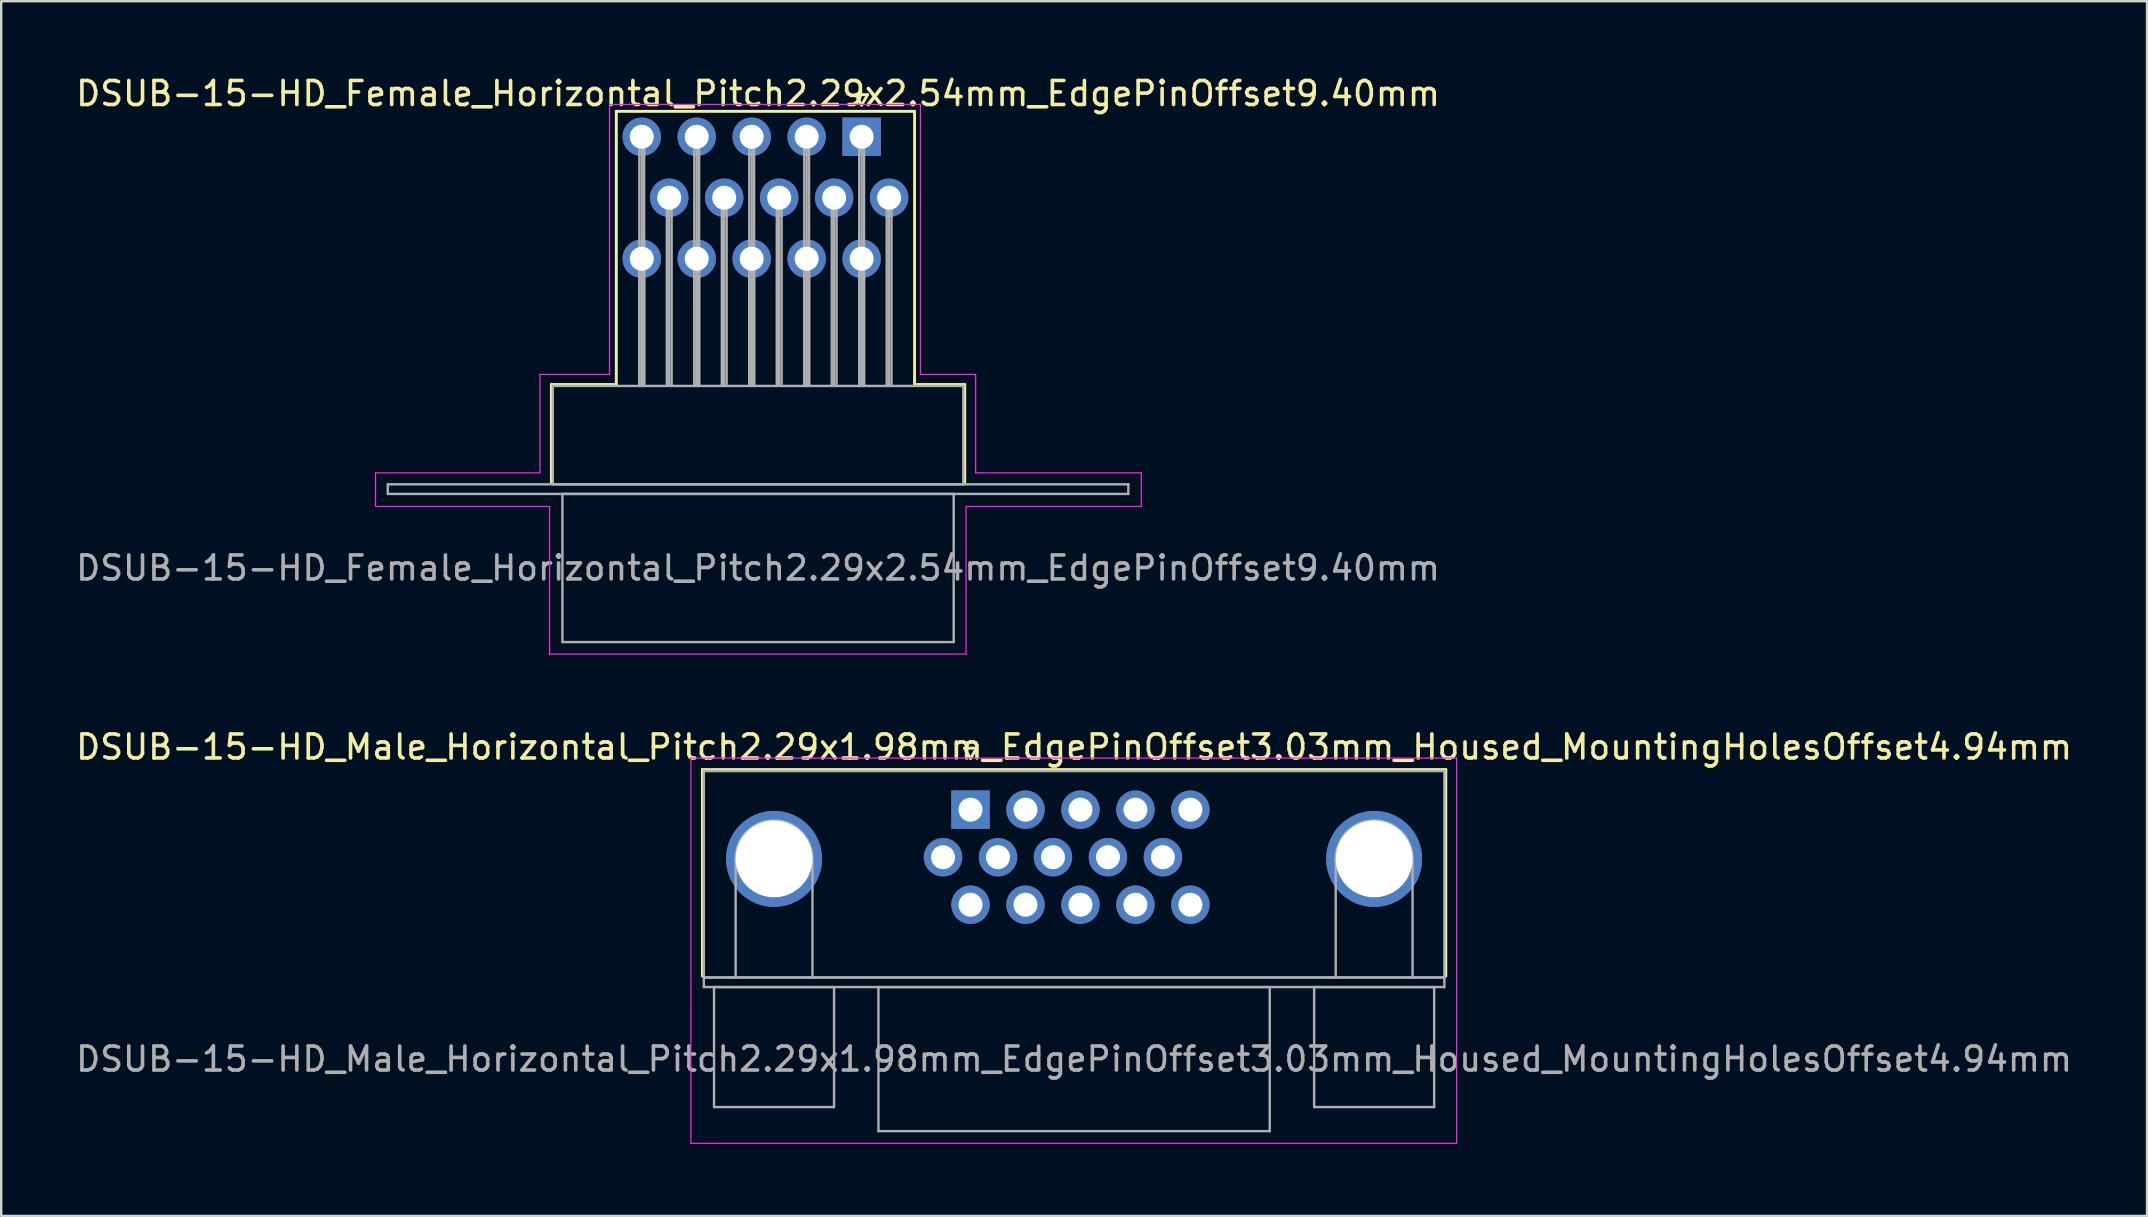
<source format=kicad_pcb>
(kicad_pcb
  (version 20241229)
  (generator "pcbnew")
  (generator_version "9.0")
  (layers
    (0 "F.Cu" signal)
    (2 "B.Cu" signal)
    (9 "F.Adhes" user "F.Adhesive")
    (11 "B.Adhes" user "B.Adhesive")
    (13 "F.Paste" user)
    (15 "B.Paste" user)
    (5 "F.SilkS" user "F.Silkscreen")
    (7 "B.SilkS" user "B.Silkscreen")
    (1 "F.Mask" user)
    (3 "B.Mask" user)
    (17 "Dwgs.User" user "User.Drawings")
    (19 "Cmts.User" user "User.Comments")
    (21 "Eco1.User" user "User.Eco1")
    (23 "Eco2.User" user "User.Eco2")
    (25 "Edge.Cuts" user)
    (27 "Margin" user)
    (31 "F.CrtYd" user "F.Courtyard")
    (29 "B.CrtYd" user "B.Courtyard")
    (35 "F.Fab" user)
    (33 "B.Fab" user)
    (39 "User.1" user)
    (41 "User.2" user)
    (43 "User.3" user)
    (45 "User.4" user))
  (footprint "DSUB-15-HD_Male_Horizontal_Pitch2.29x1.98mm_EdgePinOffset3.03mm_Housed_MountingHolesOffset4.94mm"
    (layer "F.Cu")
    (at 37.381 30.681)
    (property "Reference" "DSUB-15-HD_Male_Horizontal_Pitch2.29x1.98mm_EdgePinOffset3.03mm_Housed_MountingHolesOffset4.94mm" (at 4.315 -2.61 0) (layer "F.SilkS") (effects (font (size 1 1) (thickness 0.15))))
    (attr through_hole)
    (fp_line (start -11.17 -1.67) (end 19.8 -1.67) (stroke (width 0.12) (type solid)) (layer "F.SilkS"))
    (fp_line (start -11.17 6.93) (end -11.17 -1.67) (stroke (width 0.12) (type solid)) (layer "F.SilkS"))
    (fp_line (start -0.25 -2.564) (end 0.25 -2.564) (stroke (width 0.12) (type solid)) (layer "F.SilkS"))
    (fp_line (start 0 -2.131) (end -0.25 -2.564) (stroke (width 0.12) (type solid)) (layer "F.SilkS"))
    (fp_line (start 0.25 -2.564) (end 0 -2.131) (stroke (width 0.12) (type solid)) (layer "F.SilkS"))
    (fp_line (start 19.8 -1.67) (end 19.8 6.93) (stroke (width 0.12) (type solid)) (layer "F.SilkS"))
    (fp_line (start -11.65 -2.15) (end -11.65 13.9) (stroke (width 0.05) (type solid)) (layer "F.CrtYd"))
    (fp_line (start -11.65 13.9) (end 20.25 13.9) (stroke (width 0.05) (type solid)) (layer "F.CrtYd"))
    (fp_line (start 20.25 -2.15) (end -11.65 -2.15) (stroke (width 0.05) (type solid)) (layer "F.CrtYd"))
    (fp_line (start 20.25 13.9) (end 20.25 -2.15) (stroke (width 0.05) (type solid)) (layer "F.CrtYd"))
    (fp_line (start -11.11 -1.61) (end -11.11 6.99) (stroke (width 0.1) (type solid)) (layer "F.Fab"))
    (fp_line (start -11.11 6.99) (end -11.11 7.39) (stroke (width 0.1) (type solid)) (layer "F.Fab"))
    (fp_line (start -11.11 6.99) (end 19.74 6.99) (stroke (width 0.1) (type solid)) (layer "F.Fab"))
    (fp_line (start -11.11 7.39) (end 19.74 7.39) (stroke (width 0.1) (type solid)) (layer "F.Fab"))
    (fp_line (start -10.685 7.39) (end -10.685 12.39) (stroke (width 0.1) (type solid)) (layer "F.Fab"))
    (fp_line (start -10.685 12.39) (end -5.685 12.39) (stroke (width 0.1) (type solid)) (layer "F.Fab"))
    (fp_line (start -9.785 6.99) (end -9.785 2.05) (stroke (width 0.1) (type solid)) (layer "F.Fab"))
    (fp_line (start -6.585 6.99) (end -6.585 2.05) (stroke (width 0.1) (type solid)) (layer "F.Fab"))
    (fp_line (start -5.685 7.39) (end -10.685 7.39) (stroke (width 0.1) (type solid)) (layer "F.Fab"))
    (fp_line (start -5.685 12.39) (end -5.685 7.39) (stroke (width 0.1) (type solid)) (layer "F.Fab"))
    (fp_line (start -3.835 7.39) (end -3.835 13.39) (stroke (width 0.1) (type solid)) (layer "F.Fab"))
    (fp_line (start -3.835 13.39) (end 12.465 13.39) (stroke (width 0.1) (type solid)) (layer "F.Fab"))
    (fp_line (start 12.465 7.39) (end -3.835 7.39) (stroke (width 0.1) (type solid)) (layer "F.Fab"))
    (fp_line (start 12.465 13.39) (end 12.465 7.39) (stroke (width 0.1) (type solid)) (layer "F.Fab"))
    (fp_line (start 14.315 7.39) (end 14.315 12.39) (stroke (width 0.1) (type solid)) (layer "F.Fab"))
    (fp_line (start 14.315 12.39) (end 19.315 12.39) (stroke (width 0.1) (type solid)) (layer "F.Fab"))
    (fp_line (start 15.215 6.99) (end 15.215 2.05) (stroke (width 0.1) (type solid)) (layer "F.Fab"))
    (fp_line (start 18.415 6.99) (end 18.415 2.05) (stroke (width 0.1) (type solid)) (layer "F.Fab"))
    (fp_line (start 19.315 7.39) (end 14.315 7.39) (stroke (width 0.1) (type solid)) (layer "F.Fab"))
    (fp_line (start 19.315 12.39) (end 19.315 7.39) (stroke (width 0.1) (type solid)) (layer "F.Fab"))
    (fp_line (start 19.74 -1.61) (end -11.11 -1.61) (stroke (width 0.1) (type solid)) (layer "F.Fab"))
    (fp_line (start 19.74 6.99) (end -11.11 6.99) (stroke (width 0.1) (type solid)) (layer "F.Fab"))
    (fp_line (start 19.74 6.99) (end 19.74 -1.61) (stroke (width 0.1) (type solid)) (layer "F.Fab"))
    (fp_line (start 19.74 7.39) (end 19.74 6.99) (stroke (width 0.1) (type solid)) (layer "F.Fab"))
    (fp_arc (start -9.785 2.05) (mid -8.185 0.45) (end -6.585 2.05) (stroke (width 0.1) (type solid)) (layer "F.Fab"))
    (fp_arc (start 15.215 2.05) (mid 16.815 0.45) (end 18.415 2.05) (stroke (width 0.1) (type solid)) (layer "F.Fab"))
    (fp_text user "${REFERENCE}" (at 4.315 10.39 0) (layer "F.Fab") (effects (font (size 1 1) (thickness 0.15))))
    (pad "0" thru_hole circle (at -8.185 2.05) (size 4 4) (drill 3.2) (layers "*.Cu" "*.Mask"))
    (pad "0" thru_hole circle (at 16.815 2.05) (size 4 4) (drill 3.2) (layers "*.Cu" "*.Mask"))
    (pad "1" thru_hole rect (at 0 0) (size 1.6 1.6) (drill 1) (layers "*.Cu" "*.Mask"))
    (pad "2" thru_hole circle (at 2.29 0) (size 1.6 1.6) (drill 1) (layers "*.Cu" "*.Mask"))
    (pad "3" thru_hole circle (at 4.58 0) (size 1.6 1.6) (drill 1) (layers "*.Cu" "*.Mask"))
    (pad "4" thru_hole circle (at 6.87 0) (size 1.6 1.6) (drill 1) (layers "*.Cu" "*.Mask"))
    (pad "5" thru_hole circle (at 9.16 0) (size 1.6 1.6) (drill 1) (layers "*.Cu" "*.Mask"))
    (pad "6" thru_hole circle (at -1.145 1.98) (size 1.6 1.6) (drill 1) (layers "*.Cu" "*.Mask"))
    (pad "7" thru_hole circle (at 1.145 1.98) (size 1.6 1.6) (drill 1) (layers "*.Cu" "*.Mask"))
    (pad "8" thru_hole circle (at 3.435 1.98) (size 1.6 1.6) (drill 1) (layers "*.Cu" "*.Mask"))
    (pad "9" thru_hole circle (at 5.725 1.98) (size 1.6 1.6) (drill 1) (layers "*.Cu" "*.Mask"))
    (pad "10" thru_hole circle (at 8.015 1.98) (size 1.6 1.6) (drill 1) (layers "*.Cu" "*.Mask"))
    (pad "11" thru_hole circle (at 0 3.96) (size 1.6 1.6) (drill 1) (layers "*.Cu" "*.Mask"))
    (pad "12" thru_hole circle (at 2.29 3.96) (size 1.6 1.6) (drill 1) (layers "*.Cu" "*.Mask"))
    (pad "13" thru_hole circle (at 4.58 3.96) (size 1.6 1.6) (drill 1) (layers "*.Cu" "*.Mask"))
    (pad "14" thru_hole circle (at 6.87 3.96) (size 1.6 1.6) (drill 1) (layers "*.Cu" "*.Mask"))
    (pad "15" thru_hole circle (at 9.16 3.96) (size 1.6 1.6) (drill 1) (layers "*.Cu" "*.Mask")))
  (footprint "DSUB-15-HD_Female_Horizontal_Pitch2.29x2.54mm_EdgePinOffset9.40mm"
    (layer "F.Cu")
    (at 32.845 2.648)
    (property "Reference" "DSUB-15-HD_Female_Horizontal_Pitch2.29x2.54mm_EdgePinOffset9.40mm" (at -4.315 -1.8 0) (layer "F.SilkS") (effects (font (size 1 1) (thickness 0.15))))
    (attr through_hole)
    (fp_line (start -12.925 10.32) (end -10.22 10.32) (stroke (width 0.12) (type solid)) (layer "F.SilkS"))
    (fp_line (start -12.925 14.42) (end -12.925 10.32) (stroke (width 0.12) (type solid)) (layer "F.SilkS"))
    (fp_line (start -10.22 -1.06) (end 2.205 -1.06) (stroke (width 0.12) (type solid)) (layer "F.SilkS"))
    (fp_line (start -10.22 10.32) (end -10.22 -1.06) (stroke (width 0.12) (type solid)) (layer "F.SilkS"))
    (fp_line (start -0.25 -1.754) (end 0.25 -1.754) (stroke (width 0.12) (type solid)) (layer "F.SilkS"))
    (fp_line (start 0 -1.321) (end -0.25 -1.754) (stroke (width 0.12) (type solid)) (layer "F.SilkS"))
    (fp_line (start 0.25 -1.754) (end 0 -1.321) (stroke (width 0.12) (type solid)) (layer "F.SilkS"))
    (fp_line (start 2.205 -1.06) (end 2.205 10.32) (stroke (width 0.12) (type solid)) (layer "F.SilkS"))
    (fp_line (start 2.205 10.32) (end 4.295 10.32) (stroke (width 0.12) (type solid)) (layer "F.SilkS"))
    (fp_line (start 4.295 10.32) (end 4.295 14.42) (stroke (width 0.12) (type solid)) (layer "F.SilkS"))
    (fp_line (start -20.25 14) (end -13.4 14) (stroke (width 0.05) (type solid)) (layer "F.CrtYd"))
    (fp_line (start -20.25 15.4) (end -20.25 14) (stroke (width 0.05) (type solid)) (layer "F.CrtYd"))
    (fp_line (start -13.4 9.9) (end -10.5 9.9) (stroke (width 0.05) (type solid)) (layer "F.CrtYd"))
    (fp_line (start -13.4 14) (end -13.4 9.9) (stroke (width 0.05) (type solid)) (layer "F.CrtYd"))
    (fp_line (start -13 15.4) (end -20.25 15.4) (stroke (width 0.05) (type solid)) (layer "F.CrtYd"))
    (fp_line (start -13 21.55) (end -13 15.4) (stroke (width 0.05) (type solid)) (layer "F.CrtYd"))
    (fp_line (start -10.5 -1.35) (end 2.45 -1.35) (stroke (width 0.05) (type solid)) (layer "F.CrtYd"))
    (fp_line (start -10.5 9.9) (end -10.5 -1.35) (stroke (width 0.05) (type solid)) (layer "F.CrtYd"))
    (fp_line (start 2.45 -1.35) (end 2.45 9.9) (stroke (width 0.05) (type solid)) (layer "F.CrtYd"))
    (fp_line (start 2.45 9.9) (end 4.75 9.9) (stroke (width 0.05) (type solid)) (layer "F.CrtYd"))
    (fp_line (start 4.35 15.4) (end 4.35 21.55) (stroke (width 0.05) (type solid)) (layer "F.CrtYd"))
    (fp_line (start 4.35 21.55) (end -13 21.55) (stroke (width 0.05) (type solid)) (layer "F.CrtYd"))
    (fp_line (start 4.75 9.9) (end 4.75 14) (stroke (width 0.05) (type solid)) (layer "F.CrtYd"))
    (fp_line (start 4.75 14) (end 11.65 14) (stroke (width 0.05) (type solid)) (layer "F.CrtYd"))
    (fp_line (start 11.65 14) (end 11.65 15.4) (stroke (width 0.05) (type solid)) (layer "F.CrtYd"))
    (fp_line (start 11.65 15.4) (end 4.35 15.4) (stroke (width 0.05) (type solid)) (layer "F.CrtYd"))
    (fp_line (start -19.74 14.48) (end -19.74 14.88) (stroke (width 0.1) (type solid)) (layer "F.Fab"))
    (fp_line (start -19.74 14.88) (end 11.11 14.88) (stroke (width 0.1) (type solid)) (layer "F.Fab"))
    (fp_line (start -12.865 10.38) (end -12.865 14.48) (stroke (width 0.1) (type solid)) (layer "F.Fab"))
    (fp_line (start -12.865 14.48) (end 4.235 14.48) (stroke (width 0.1) (type solid)) (layer "F.Fab"))
    (fp_line (start -12.465 14.88) (end -12.465 21.05) (stroke (width 0.1) (type solid)) (layer "F.Fab"))
    (fp_line (start -12.465 21.05) (end 3.835 21.05) (stroke (width 0.1) (type solid)) (layer "F.Fab"))
    (fp_line (start -9.26 0) (end -9.26 10.38) (stroke (width 0.1) (type solid)) (layer "F.Fab"))
    (fp_line (start -9.26 5.08) (end -9.26 10.38) (stroke (width 0.1) (type solid)) (layer "F.Fab"))
    (fp_line (start -9.16 0) (end -9.16 10.38) (stroke (width 0.1) (type solid)) (layer "F.Fab"))
    (fp_line (start -9.16 5.08) (end -9.16 10.38) (stroke (width 0.1) (type solid)) (layer "F.Fab"))
    (fp_line (start -9.06 0) (end -9.06 10.38) (stroke (width 0.1) (type solid)) (layer "F.Fab"))
    (fp_line (start -9.06 5.08) (end -9.06 10.38) (stroke (width 0.1) (type solid)) (layer "F.Fab"))
    (fp_line (start -8.115 2.54) (end -8.115 10.38) (stroke (width 0.1) (type solid)) (layer "F.Fab"))
    (fp_line (start -8.015 2.54) (end -8.015 10.38) (stroke (width 0.1) (type solid)) (layer "F.Fab"))
    (fp_line (start -7.915 2.54) (end -7.915 10.38) (stroke (width 0.1) (type solid)) (layer "F.Fab"))
    (fp_line (start -6.97 0) (end -6.97 10.38) (stroke (width 0.1) (type solid)) (layer "F.Fab"))
    (fp_line (start -6.97 5.08) (end -6.97 10.38) (stroke (width 0.1) (type solid)) (layer "F.Fab"))
    (fp_line (start -6.87 0) (end -6.87 10.38) (stroke (width 0.1) (type solid)) (layer "F.Fab"))
    (fp_line (start -6.87 5.08) (end -6.87 10.38) (stroke (width 0.1) (type solid)) (layer "F.Fab"))
    (fp_line (start -6.77 0) (end -6.77 10.38) (stroke (width 0.1) (type solid)) (layer "F.Fab"))
    (fp_line (start -6.77 5.08) (end -6.77 10.38) (stroke (width 0.1) (type solid)) (layer "F.Fab"))
    (fp_line (start -5.825 2.54) (end -5.825 10.38) (stroke (width 0.1) (type solid)) (layer "F.Fab"))
    (fp_line (start -5.725 2.54) (end -5.725 10.38) (stroke (width 0.1) (type solid)) (layer "F.Fab"))
    (fp_line (start -5.625 2.54) (end -5.625 10.38) (stroke (width 0.1) (type solid)) (layer "F.Fab"))
    (fp_line (start -4.68 0) (end -4.68 10.38) (stroke (width 0.1) (type solid)) (layer "F.Fab"))
    (fp_line (start -4.68 5.08) (end -4.68 10.38) (stroke (width 0.1) (type solid)) (layer "F.Fab"))
    (fp_line (start -4.58 0) (end -4.58 10.38) (stroke (width 0.1) (type solid)) (layer "F.Fab"))
    (fp_line (start -4.58 5.08) (end -4.58 10.38) (stroke (width 0.1) (type solid)) (layer "F.Fab"))
    (fp_line (start -4.48 0) (end -4.48 10.38) (stroke (width 0.1) (type solid)) (layer "F.Fab"))
    (fp_line (start -4.48 5.08) (end -4.48 10.38) (stroke (width 0.1) (type solid)) (layer "F.Fab"))
    (fp_line (start -3.535 2.54) (end -3.535 10.38) (stroke (width 0.1) (type solid)) (layer "F.Fab"))
    (fp_line (start -3.435 2.54) (end -3.435 10.38) (stroke (width 0.1) (type solid)) (layer "F.Fab"))
    (fp_line (start -3.335 2.54) (end -3.335 10.38) (stroke (width 0.1) (type solid)) (layer "F.Fab"))
    (fp_line (start -2.39 0) (end -2.39 10.38) (stroke (width 0.1) (type solid)) (layer "F.Fab"))
    (fp_line (start -2.39 5.08) (end -2.39 10.38) (stroke (width 0.1) (type solid)) (layer "F.Fab"))
    (fp_line (start -2.29 0) (end -2.29 10.38) (stroke (width 0.1) (type solid)) (layer "F.Fab"))
    (fp_line (start -2.29 5.08) (end -2.29 10.38) (stroke (width 0.1) (type solid)) (layer "F.Fab"))
    (fp_line (start -2.19 0) (end -2.19 10.38) (stroke (width 0.1) (type solid)) (layer "F.Fab"))
    (fp_line (start -2.19 5.08) (end -2.19 10.38) (stroke (width 0.1) (type solid)) (layer "F.Fab"))
    (fp_line (start -1.245 2.54) (end -1.245 10.38) (stroke (width 0.1) (type solid)) (layer "F.Fab"))
    (fp_line (start -1.145 2.54) (end -1.145 10.38) (stroke (width 0.1) (type solid)) (layer "F.Fab"))
    (fp_line (start -1.045 2.54) (end -1.045 10.38) (stroke (width 0.1) (type solid)) (layer "F.Fab"))
    (fp_line (start -0.1 0) (end -0.1 10.38) (stroke (width 0.1) (type solid)) (layer "F.Fab"))
    (fp_line (start -0.1 5.08) (end -0.1 10.38) (stroke (width 0.1) (type solid)) (layer "F.Fab"))
    (fp_line (start 0 0) (end 0 10.38) (stroke (width 0.1) (type solid)) (layer "F.Fab"))
    (fp_line (start 0 5.08) (end 0 10.38) (stroke (width 0.1) (type solid)) (layer "F.Fab"))
    (fp_line (start 0.1 0) (end 0.1 10.38) (stroke (width 0.1) (type solid)) (layer "F.Fab"))
    (fp_line (start 0.1 5.08) (end 0.1 10.38) (stroke (width 0.1) (type solid)) (layer "F.Fab"))
    (fp_line (start 1.045 2.54) (end 1.045 10.38) (stroke (width 0.1) (type solid)) (layer "F.Fab"))
    (fp_line (start 1.145 2.54) (end 1.145 10.38) (stroke (width 0.1) (type solid)) (layer "F.Fab"))
    (fp_line (start 1.245 2.54) (end 1.245 10.38) (stroke (width 0.1) (type solid)) (layer "F.Fab"))
    (fp_line (start 3.835 14.88) (end -12.465 14.88) (stroke (width 0.1) (type solid)) (layer "F.Fab"))
    (fp_line (start 3.835 21.05) (end 3.835 14.88) (stroke (width 0.1) (type solid)) (layer "F.Fab"))
    (fp_line (start 4.235 10.38) (end -12.865 10.38) (stroke (width 0.1) (type solid)) (layer "F.Fab"))
    (fp_line (start 4.235 14.48) (end 4.235 10.38) (stroke (width 0.1) (type solid)) (layer "F.Fab"))
    (fp_line (start 11.11 14.48) (end -19.74 14.48) (stroke (width 0.1) (type solid)) (layer "F.Fab"))
    (fp_line (start 11.11 14.88) (end 11.11 14.48) (stroke (width 0.1) (type solid)) (layer "F.Fab"))
    (fp_text user "${REFERENCE}" (at -4.315 17.965 0) (layer "F.Fab") (effects (font (size 1 1) (thickness 0.15))))
    (pad "1" thru_hole rect (at 0 0) (size 1.6 1.6) (drill 1) (layers "*.Cu" "*.Mask"))
    (pad "2" thru_hole circle (at -2.29 0) (size 1.6 1.6) (drill 1) (layers "*.Cu" "*.Mask"))
    (pad "3" thru_hole circle (at -4.58 0) (size 1.6 1.6) (drill 1) (layers "*.Cu" "*.Mask"))
    (pad "4" thru_hole circle (at -6.87 0) (size 1.6 1.6) (drill 1) (layers "*.Cu" "*.Mask"))
    (pad "5" thru_hole circle (at -9.16 0) (size 1.6 1.6) (drill 1) (layers "*.Cu" "*.Mask"))
    (pad "6" thru_hole circle (at 1.145 2.54) (size 1.6 1.6) (drill 1) (layers "*.Cu" "*.Mask"))
    (pad "7" thru_hole circle (at -1.145 2.54) (size 1.6 1.6) (drill 1) (layers "*.Cu" "*.Mask"))
    (pad "8" thru_hole circle (at -3.435 2.54) (size 1.6 1.6) (drill 1) (layers "*.Cu" "*.Mask"))
    (pad "9" thru_hole circle (at -5.725 2.54) (size 1.6 1.6) (drill 1) (layers "*.Cu" "*.Mask"))
    (pad "10" thru_hole circle (at -8.015 2.54) (size 1.6 1.6) (drill 1) (layers "*.Cu" "*.Mask"))
    (pad "11" thru_hole circle (at 0 5.08) (size 1.6 1.6) (drill 1) (layers "*.Cu" "*.Mask"))
    (pad "12" thru_hole circle (at -2.29 5.08) (size 1.6 1.6) (drill 1) (layers "*.Cu" "*.Mask"))
    (pad "13" thru_hole circle (at -4.58 5.08) (size 1.6 1.6) (drill 1) (layers "*.Cu" "*.Mask"))
    (pad "14" thru_hole circle (at -6.87 5.08) (size 1.6 1.6) (drill 1) (layers "*.Cu" "*.Mask"))
    (pad "15" thru_hole circle (at -9.16 5.08) (size 1.6 1.6) (drill 1) (layers "*.Cu" "*.Mask")))
  (gr_rect
    (start -3 -3)
    (end 86.393 47.606)
    (stroke (width 0.1) (type default))
    (fill no)
    (layer "Edge.Cuts")))
</source>
